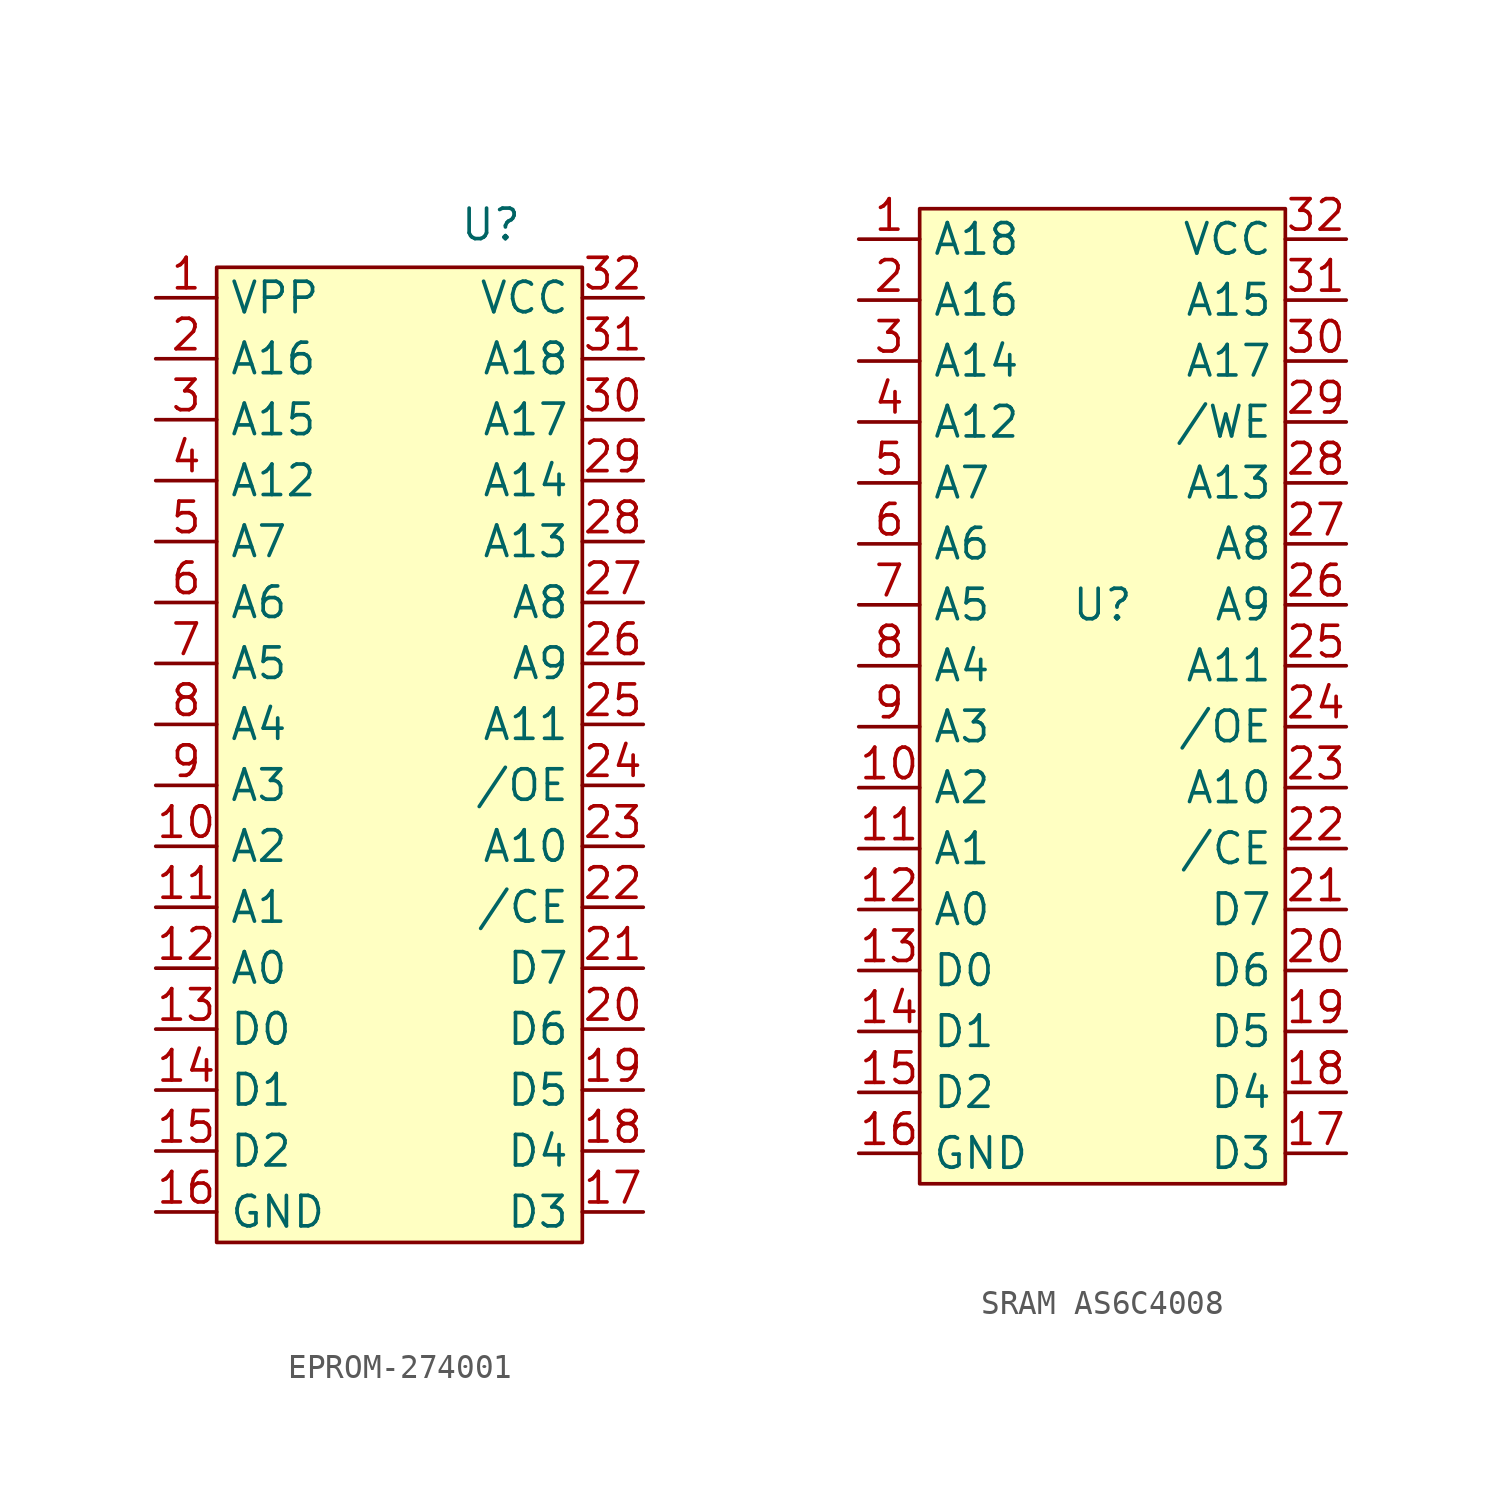
<source format=kicad_sym>
(kicad_symbol_lib
  (version 20241209)
  (generator "kicad_symbol_editor")
  (generator_version "9.0")
  (symbol "EPROM-274001"
    (property "Reference" "U"
      (at 5.08 22.098 0)
      (effects (font (size 1.27 1.27))))
    (property "Value" ""
      (at 0 0 0)
      (effects (font (size 1.27 1.27))))
    (symbol "EPROM-274001_1_1"
      (rectangle (start -6.35 20.32) (end 8.89 -20.32) (stroke (width 0) (type solid)) (fill (type background)))
      (pin power_in line (at -8.89 19.05 0) (length 2.54) (name "VPP" (effects (font (size 1.27 1.27)))) (number "1" (effects (font (size 1.27 1.27)))))
      (pin input line (at -8.89 16.51 0) (length 2.54) (name "A16" (effects (font (size 1.27 1.27)))) (number "2" (effects (font (size 1.27 1.27)))))
      (pin input line (at -8.89 13.97 0) (length 2.54) (name "A15" (effects (font (size 1.27 1.27)))) (number "3" (effects (font (size 1.27 1.27)))))
      (pin input line (at -8.89 11.43 0) (length 2.54) (name "A12" (effects (font (size 1.27 1.27)))) (number "4" (effects (font (size 1.27 1.27)))))
      (pin input line (at -8.89 8.89 0) (length 2.54) (name "A7" (effects (font (size 1.27 1.27)))) (number "5" (effects (font (size 1.27 1.27)))))
      (pin input line (at -8.89 6.35 0) (length 2.54) (name "A6" (effects (font (size 1.27 1.27)))) (number "6" (effects (font (size 1.27 1.27)))))
      (pin input line (at -8.89 3.81 0) (length 2.54) (name "A5" (effects (font (size 1.27 1.27)))) (number "7" (effects (font (size 1.27 1.27)))))
      (pin input line (at -8.89 1.27 0) (length 2.54) (name "A4" (effects (font (size 1.27 1.27)))) (number "8" (effects (font (size 1.27 1.27)))))
      (pin input line (at -8.89 -1.27 0) (length 2.54) (name "A3" (effects (font (size 1.27 1.27)))) (number "9" (effects (font (size 1.27 1.27)))))
      (pin input line (at -8.89 -3.81 0) (length 2.54) (name "A2" (effects (font (size 1.27 1.27)))) (number "10" (effects (font (size 1.27 1.27)))))
      (pin input line (at -8.89 -6.35 0) (length 2.54) (name "A1" (effects (font (size 1.27 1.27)))) (number "11" (effects (font (size 1.27 1.27)))))
      (pin input line (at -8.89 -8.89 0) (length 2.54) (name "A0" (effects (font (size 1.27 1.27)))) (number "12" (effects (font (size 1.27 1.27)))))
      (pin bidirectional line (at -8.89 -11.43 0) (length 2.54) (name "D0" (effects (font (size 1.27 1.27)))) (number "13" (effects (font (size 1.27 1.27)))))
      (pin bidirectional line (at -8.89 -13.97 0) (length 2.54) (name "D1" (effects (font (size 1.27 1.27)))) (number "14" (effects (font (size 1.27 1.27)))))
      (pin bidirectional line (at -8.89 -16.51 0) (length 2.54) (name "D2" (effects (font (size 1.27 1.27)))) (number "15" (effects (font (size 1.27 1.27)))))
      (pin power_in line (at -8.89 -19.05 0) (length 2.54) (name "GND" (effects (font (size 1.27 1.27)))) (number "16" (effects (font (size 1.27 1.27)))))
      (pin power_in line (at 11.43 19.05 180) (length 2.54) (name "VCC" (effects (font (size 1.27 1.27)))) (number "32" (effects (font (size 1.27 1.27)))))
      (pin input line (at 11.43 16.51 180) (length 2.54) (name "A18" (effects (font (size 1.27 1.27)))) (number "31" (effects (font (size 1.27 1.27)))))
      (pin input line (at 11.43 13.97 180) (length 2.54) (name "A17" (effects (font (size 1.27 1.27)))) (number "30" (effects (font (size 1.27 1.27)))))
      (pin input line (at 11.43 11.43 180) (length 2.54) (name "A14" (effects (font (size 1.27 1.27)))) (number "29" (effects (font (size 1.27 1.27)))))
      (pin input line (at 11.43 8.89 180) (length 2.54) (name "A13" (effects (font (size 1.27 1.27)))) (number "28" (effects (font (size 1.27 1.27)))))
      (pin input line (at 11.43 6.35 180) (length 2.54) (name "A8" (effects (font (size 1.27 1.27)))) (number "27" (effects (font (size 1.27 1.27)))))
      (pin input line (at 11.43 3.81 180) (length 2.54) (name "A9" (effects (font (size 1.27 1.27)))) (number "26" (effects (font (size 1.27 1.27)))))
      (pin input line (at 11.43 1.27 180) (length 2.54) (name "A11" (effects (font (size 1.27 1.27)))) (number "25" (effects (font (size 1.27 1.27)))))
      (pin input line (at 11.43 -1.27 180) (length 2.54) (name "/OE" (effects (font (size 1.27 1.27)))) (number "24" (effects (font (size 1.27 1.27)))))
      (pin input line (at 11.43 -3.81 180) (length 2.54) (name "A10" (effects (font (size 1.27 1.27)))) (number "23" (effects (font (size 1.27 1.27)))))
      (pin input line (at 11.43 -6.35 180) (length 2.54) (name "/CE" (effects (font (size 1.27 1.27)))) (number "22" (effects (font (size 1.27 1.27)))))
      (pin bidirectional line (at 11.43 -8.89 180) (length 2.54) (name "D7" (effects (font (size 1.27 1.27)))) (number "21" (effects (font (size 1.27 1.27)))))
      (pin bidirectional line (at 11.43 -11.43 180) (length 2.54) (name "D6" (effects (font (size 1.27 1.27)))) (number "20" (effects (font (size 1.27 1.27)))))
      (pin bidirectional line (at 11.43 -13.97 180) (length 2.54) (name "D5" (effects (font (size 1.27 1.27)))) (number "19" (effects (font (size 1.27 1.27)))))
      (pin bidirectional line (at 11.43 -16.51 180) (length 2.54) (name "D4" (effects (font (size 1.27 1.27)))) (number "18" (effects (font (size 1.27 1.27)))))
      (pin bidirectional line (at 11.43 -19.05 180) (length 2.54) (name "D3" (effects (font (size 1.27 1.27)))) (number "17" (effects (font (size 1.27 1.27)))))))
  (symbol "SRAM AS6C4008"
    (property "Reference" "U"
      (at 0 0 0)
      (effects (font (size 1.27 1.27))))
    (property "Value" ""
      (at 0 0 0)
      (effects (font (size 1.27 1.27))))
    (symbol "SRAM AS6C4008_1_1"
      (rectangle (start -7.62 16.51) (end 7.62 -24.13) (stroke (width 0) (type solid)) (fill (type background)))
      (pin input line (at -10.16 15.24 0) (length 2.54) (name "A18" (effects (font (size 1.27 1.27)))) (number "1" (effects (font (size 1.27 1.27)))))
      (pin input line (at -10.16 12.7 0) (length 2.54) (name "A16" (effects (font (size 1.27 1.27)))) (number "2" (effects (font (size 1.27 1.27)))))
      (pin input line (at -10.16 10.16 0) (length 2.54) (name "A14" (effects (font (size 1.27 1.27)))) (number "3" (effects (font (size 1.27 1.27)))))
      (pin input line (at -10.16 7.62 0) (length 2.54) (name "A12" (effects (font (size 1.27 1.27)))) (number "4" (effects (font (size 1.27 1.27)))))
      (pin input line (at -10.16 5.08 0) (length 2.54) (name "A7" (effects (font (size 1.27 1.27)))) (number "5" (effects (font (size 1.27 1.27)))))
      (pin input line (at -10.16 2.54 0) (length 2.54) (name "A6" (effects (font (size 1.27 1.27)))) (number "6" (effects (font (size 1.27 1.27)))))
      (pin input line (at -10.16 0 0) (length 2.54) (name "A5" (effects (font (size 1.27 1.27)))) (number "7" (effects (font (size 1.27 1.27)))))
      (pin input line (at -10.16 -2.54 0) (length 2.54) (name "A4" (effects (font (size 1.27 1.27)))) (number "8" (effects (font (size 1.27 1.27)))))
      (pin input line (at -10.16 -5.08 0) (length 2.54) (name "A3" (effects (font (size 1.27 1.27)))) (number "9" (effects (font (size 1.27 1.27)))))
      (pin input line (at -10.16 -7.62 0) (length 2.54) (name "A2" (effects (font (size 1.27 1.27)))) (number "10" (effects (font (size 1.27 1.27)))))
      (pin input line (at -10.16 -10.16 0) (length 2.54) (name "A1" (effects (font (size 1.27 1.27)))) (number "11" (effects (font (size 1.27 1.27)))))
      (pin input line (at -10.16 -12.7 0) (length 2.54) (name "A0" (effects (font (size 1.27 1.27)))) (number "12" (effects (font (size 1.27 1.27)))))
      (pin bidirectional line (at -10.16 -15.24 0) (length 2.54) (name "D0" (effects (font (size 1.27 1.27)))) (number "13" (effects (font (size 1.27 1.27)))))
      (pin bidirectional line (at -10.16 -17.78 0) (length 2.54) (name "D1" (effects (font (size 1.27 1.27)))) (number "14" (effects (font (size 1.27 1.27)))))
      (pin bidirectional line (at -10.16 -20.32 0) (length 2.54) (name "D2" (effects (font (size 1.27 1.27)))) (number "15" (effects (font (size 1.27 1.27)))))
      (pin power_in line (at -10.16 -22.86 0) (length 2.54) (name "GND" (effects (font (size 1.27 1.27)))) (number "16" (effects (font (size 1.27 1.27)))))
      (pin power_in line (at 10.16 15.24 180) (length 2.54) (name "VCC" (effects (font (size 1.27 1.27)))) (number "32" (effects (font (size 1.27 1.27)))))
      (pin input line (at 10.16 12.7 180) (length 2.54) (name "A15" (effects (font (size 1.27 1.27)))) (number "31" (effects (font (size 1.27 1.27)))))
      (pin input line (at 10.16 10.16 180) (length 2.54) (name "A17" (effects (font (size 1.27 1.27)))) (number "30" (effects (font (size 1.27 1.27)))))
      (pin input line (at 10.16 7.62 180) (length 2.54) (name "/WE" (effects (font (size 1.27 1.27)))) (number "29" (effects (font (size 1.27 1.27)))))
      (pin input line (at 10.16 5.08 180) (length 2.54) (name "A13" (effects (font (size 1.27 1.27)))) (number "28" (effects (font (size 1.27 1.27)))))
      (pin input line (at 10.16 2.54 180) (length 2.54) (name "A8" (effects (font (size 1.27 1.27)))) (number "27" (effects (font (size 1.27 1.27)))))
      (pin input line (at 10.16 0 180) (length 2.54) (name "A9" (effects (font (size 1.27 1.27)))) (number "26" (effects (font (size 1.27 1.27)))))
      (pin input line (at 10.16 -2.54 180) (length 2.54) (name "A11" (effects (font (size 1.27 1.27)))) (number "25" (effects (font (size 1.27 1.27)))))
      (pin input line (at 10.16 -5.08 180) (length 2.54) (name "/OE" (effects (font (size 1.27 1.27)))) (number "24" (effects (font (size 1.27 1.27)))))
      (pin input line (at 10.16 -7.62 180) (length 2.54) (name "A10" (effects (font (size 1.27 1.27)))) (number "23" (effects (font (size 1.27 1.27)))))
      (pin input line (at 10.16 -10.16 180) (length 2.54) (name "/CE" (effects (font (size 1.27 1.27)))) (number "22" (effects (font (size 1.27 1.27)))))
      (pin bidirectional line (at 10.16 -12.7 180) (length 2.54) (name "D7" (effects (font (size 1.27 1.27)))) (number "21" (effects (font (size 1.27 1.27)))))
      (pin bidirectional line (at 10.16 -15.24 180) (length 2.54) (name "D6" (effects (font (size 1.27 1.27)))) (number "20" (effects (font (size 1.27 1.27)))))
      (pin bidirectional line (at 10.16 -17.78 180) (length 2.54) (name "D5" (effects (font (size 1.27 1.27)))) (number "19" (effects (font (size 1.27 1.27)))))
      (pin bidirectional line (at 10.16 -20.32 180) (length 2.54) (name "D4" (effects (font (size 1.27 1.27)))) (number "18" (effects (font (size 1.27 1.27)))))
      (pin bidirectional line (at 10.16 -22.86 180) (length 2.54) (name "D3" (effects (font (size 1.27 1.27)))) (number "17" (effects (font (size 1.27 1.27))))))))
</source>
